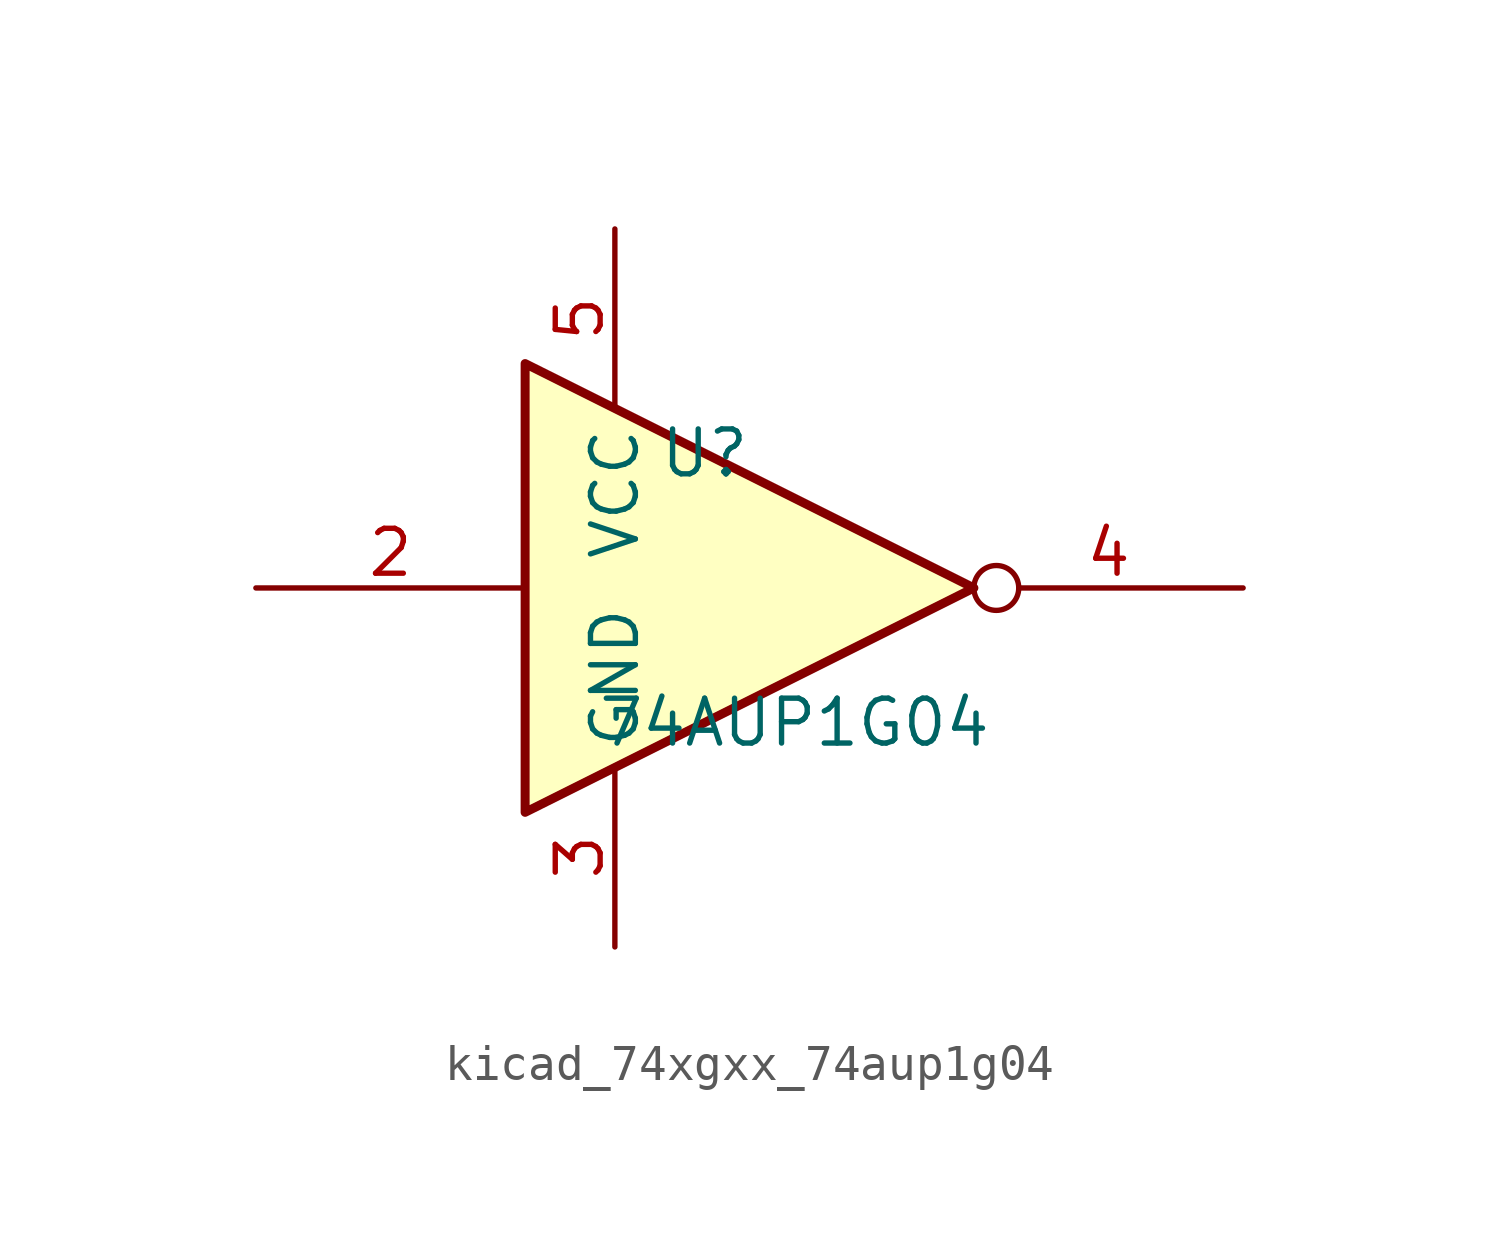
<source format=kicad_sym>
(kicad_symbol_lib
  (version 20220914)
  (generator kicad_symbol_editor)
  (symbol "kicad_74xgxx_74aup1g04"
    (property "Reference" "U"
      (at -2.54 3.81 0)
      (effects (font (size 1.27 1.27))))
    (property "Value" "74AUP1G04"
      (at 0 -3.81 0)
      (effects (font (size 1.27 1.27))))
    (symbol "kicad_74xgxx_74aup1g04_0_1"
      (polyline (pts (xy -7.62 6.35) (xy -7.62 -6.35) (xy 5.08 0) (xy -7.62 6.35)) (stroke (width 0.254) (type default)) (fill (type background))))
    (symbol "kicad_74xgxx_74aup1g04_1_1"
      (pin input line (at -15.24 0 0) (length 7.62) (name "~" (effects (font (size 1.27 1.27)))) (number "2" (effects (font (size 1.27 1.27)))))
      (pin power_in line (at -5.08 -10.16 90) (length 5.08) (name "GND" (effects (font (size 1.27 1.27)))) (number "3" (effects (font (size 1.27 1.27)))))
      (pin output inverted (at 12.7 0 180) (length 7.62) (name "~" (effects (font (size 1.27 1.27)))) (number "4" (effects (font (size 1.27 1.27)))))
      (pin power_in line (at -5.08 10.16 270) (length 5.08) (name "VCC" (effects (font (size 1.27 1.27)))) (number "5" (effects (font (size 1.27 1.27))))))))
</source>
